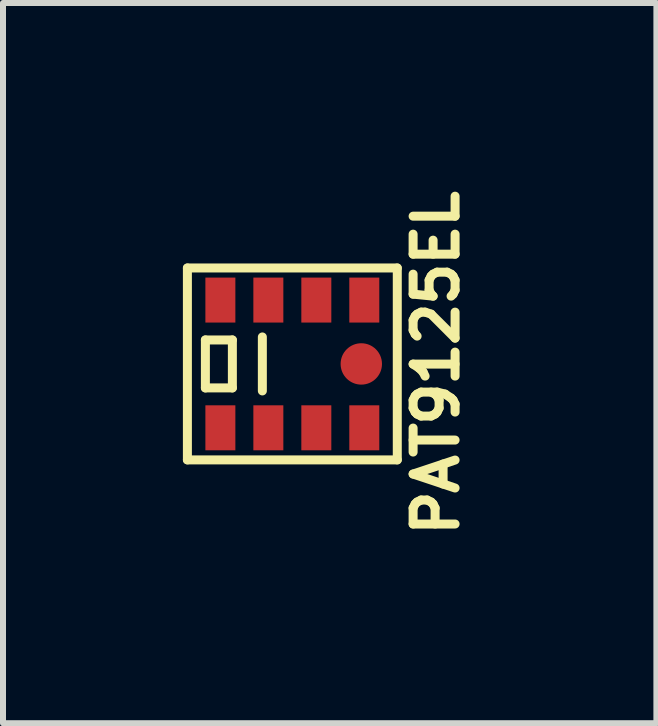
<source format=kicad_pcb>
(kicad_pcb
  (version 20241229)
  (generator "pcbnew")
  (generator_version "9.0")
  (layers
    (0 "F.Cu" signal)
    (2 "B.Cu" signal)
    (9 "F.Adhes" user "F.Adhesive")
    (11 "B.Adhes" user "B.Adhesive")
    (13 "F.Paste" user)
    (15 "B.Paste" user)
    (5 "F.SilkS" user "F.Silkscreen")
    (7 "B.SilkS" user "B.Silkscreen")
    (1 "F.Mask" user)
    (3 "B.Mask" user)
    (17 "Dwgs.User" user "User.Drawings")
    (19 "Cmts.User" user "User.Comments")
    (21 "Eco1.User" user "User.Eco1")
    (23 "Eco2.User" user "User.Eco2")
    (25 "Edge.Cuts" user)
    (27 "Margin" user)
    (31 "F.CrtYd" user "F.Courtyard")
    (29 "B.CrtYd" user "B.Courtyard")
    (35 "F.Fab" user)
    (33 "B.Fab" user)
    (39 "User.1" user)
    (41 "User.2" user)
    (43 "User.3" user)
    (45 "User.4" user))
  (footprint "PAT9125EL"
    (layer "F.Cu")
    (at 1.825 3.019)
    (property "Reference" "PAT9125EL" (at 2.398 -0.014 90) (layer "F.SilkS") (effects (font (size 0.7 0.7) (thickness 0.15))))
    (attr smd)
    (fp_line (start -1.75 -1.6) (end 1.75 -1.6) (stroke (width 0.15) (type solid)) (layer "F.SilkS"))
    (fp_line (start -1.75 1.6) (end -1.75 -1.6) (stroke (width 0.15) (type solid)) (layer "F.SilkS"))
    (fp_line (start -1.45 -0.4) (end -1.45 0.4) (stroke (width 0.15) (type solid)) (layer "F.SilkS"))
    (fp_line (start -1.45 0.4) (end -1 0.4) (stroke (width 0.15) (type solid)) (layer "F.SilkS"))
    (fp_line (start -1 -0.4) (end -1.45 -0.4) (stroke (width 0.15) (type solid)) (layer "F.SilkS"))
    (fp_line (start -1 0.4) (end -1 -0.4) (stroke (width 0.15) (type solid)) (layer "F.SilkS"))
    (fp_line (start -0.5 -0.45) (end -0.5 0.45) (stroke (width 0.15) (type solid)) (layer "F.SilkS"))
    (fp_line (start 1.75 -1.6) (end 1.75 1.6) (stroke (width 0.15) (type solid)) (layer "F.SilkS"))
    (fp_line (start 1.75 1.6) (end -1.75 1.6) (stroke (width 0.15) (type solid)) (layer "F.SilkS"))
    (pad "1" smd rect (at -1.2 1.065) (size 0.5 0.75) (layers "F.Cu" "F.Mask" "F.Paste"))
    (pad "2" smd rect (at -0.4 1.065) (size 0.5 0.75) (layers "F.Cu" "F.Mask" "F.Paste"))
    (pad "3" smd rect (at 0.4 1.065) (size 0.5 0.75) (layers "F.Cu" "F.Mask" "F.Paste"))
    (pad "4" smd rect (at 1.2 1.065) (size 0.5 0.75) (layers "F.Cu" "F.Mask" "F.Paste"))
    (pad "5" smd rect (at 1.2 -1.065) (size 0.5 0.75) (layers "F.Cu" "F.Mask" "F.Paste"))
    (pad "6" smd rect (at 0.4 -1.065) (size 0.5 0.75) (layers "F.Cu" "F.Mask" "F.Paste"))
    (pad "7" smd rect (at -0.4 -1.065) (size 0.5 0.75) (layers "F.Cu" "F.Mask" "F.Paste"))
    (pad "8" smd rect (at -1.2 -1.065) (size 0.5 0.75) (layers "F.Cu" "F.Mask" "F.Paste"))
    (pad "9" smd circle (at 1.15 0) (size 0.69 0.69) (layers "F.Cu" "F.Mask" "F.Paste")))
  (gr_rect
    (start -3 -3)
    (end 7.896 9.01)
    (stroke (width 0.1) (type default))
    (fill no)
    (layer "Edge.Cuts")))
</source>
